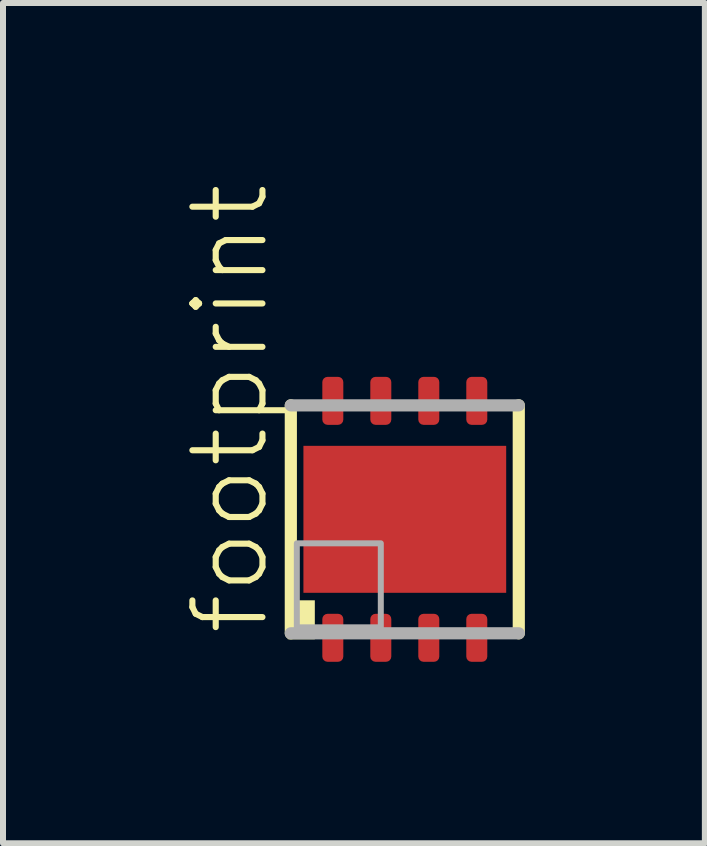
<source format=kicad_pcb>
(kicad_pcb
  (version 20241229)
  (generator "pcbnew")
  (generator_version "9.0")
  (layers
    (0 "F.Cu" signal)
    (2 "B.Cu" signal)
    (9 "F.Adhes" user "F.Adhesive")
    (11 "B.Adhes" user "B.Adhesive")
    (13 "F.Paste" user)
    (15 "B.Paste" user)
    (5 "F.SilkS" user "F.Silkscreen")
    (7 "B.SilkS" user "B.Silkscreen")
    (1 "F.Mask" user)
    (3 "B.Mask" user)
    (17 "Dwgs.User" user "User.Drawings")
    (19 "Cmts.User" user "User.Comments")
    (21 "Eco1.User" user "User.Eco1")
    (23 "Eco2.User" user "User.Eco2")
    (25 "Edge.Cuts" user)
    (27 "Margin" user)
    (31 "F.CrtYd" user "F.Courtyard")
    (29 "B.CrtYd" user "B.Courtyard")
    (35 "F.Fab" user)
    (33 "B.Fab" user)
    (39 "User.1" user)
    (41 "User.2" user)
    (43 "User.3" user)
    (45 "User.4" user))
  (footprint "footprint"
    (layer "F.Cu")
    (at 3.698 5.607)
    (property "Reference" "footprint" (at -2.225 1.975 90) (layer "F.SilkS") (effects (font (size 1.168 1.168) (thickness 0.102)) (justify left bottom)))
    (fp_poly (pts (xy -1.725 1.275) (xy 1.725 1.275) (xy 1.725 -1.275) (xy -1.725 -1.275)) (stroke (width 0) (type solid)) (fill yes) (layer "F.Mask"))
    (fp_poly (pts (xy -1.4 2.4) (xy -1 2.4) (xy -1 1.55) (xy -1.4 1.55)) (stroke (width 0) (type solid)) (fill yes) (layer "F.Mask"))
    (fp_poly (pts (xy -1 -2.4) (xy -1.4 -2.4) (xy -1.4 -1.55) (xy -1 -1.55)) (stroke (width 0) (type solid)) (fill yes) (layer "F.Mask"))
    (fp_poly (pts (xy -0.6 2.4) (xy -0.2 2.4) (xy -0.2 1.55) (xy -0.6 1.55)) (stroke (width 0) (type solid)) (fill yes) (layer "F.Mask"))
    (fp_poly (pts (xy -0.2 -2.4) (xy -0.6 -2.4) (xy -0.6 -1.55) (xy -0.2 -1.55)) (stroke (width 0) (type solid)) (fill yes) (layer "F.Mask"))
    (fp_poly (pts (xy 0.2 2.4) (xy 0.6 2.4) (xy 0.6 1.55) (xy 0.2 1.55)) (stroke (width 0) (type solid)) (fill yes) (layer "F.Mask"))
    (fp_poly (pts (xy 0.6 -2.4) (xy 0.2 -2.4) (xy 0.2 -1.55) (xy 0.6 -1.55)) (stroke (width 0) (type solid)) (fill yes) (layer "F.Mask"))
    (fp_poly (pts (xy 1 2.4) (xy 1.4 2.4) (xy 1.4 1.55) (xy 1 1.55)) (stroke (width 0) (type solid)) (fill yes) (layer "F.Mask"))
    (fp_poly (pts (xy 1.4 -2.4) (xy 1 -2.4) (xy 1 -1.55) (xy 1.4 -1.55)) (stroke (width 0) (type solid)) (fill yes) (layer "F.Mask"))
    (fp_line (start -1.9 1.9) (end -1.9 -1.9) (stroke (width 0.203) (type solid)) (layer "F.SilkS"))
    (fp_line (start 1.9 -1.9) (end 1.9 1.9) (stroke (width 0.203) (type solid)) (layer "F.SilkS"))
    (fp_poly (pts (xy -1.95 2) (xy -1.5 2) (xy -1.5 1.35) (xy -1.95 1.35)) (stroke (width 0) (type solid)) (fill yes) (layer "F.SilkS"))
    (fp_poly (pts (xy -1.65 -0.15) (xy -0.15 -0.15) (xy -0.15 -1.15) (xy -1.65 -1.15)) (stroke (width 0) (type solid)) (fill yes) (layer "F.Paste"))
    (fp_poly (pts (xy -1.35 2.325) (xy -1.05 2.325) (xy -1.05 1.625) (xy -1.35 1.625)) (stroke (width 0) (type solid)) (fill yes) (layer "F.Paste"))
    (fp_poly (pts (xy -1.05 -2.325) (xy -1.35 -2.325) (xy -1.35 -1.625) (xy -1.05 -1.625)) (stroke (width 0) (type solid)) (fill yes) (layer "F.Paste"))
    (fp_poly (pts (xy -0.55 2.325) (xy -0.25 2.325) (xy -0.25 1.625) (xy -0.55 1.625)) (stroke (width 0) (type solid)) (fill yes) (layer "F.Paste"))
    (fp_poly (pts (xy -0.25 -2.325) (xy -0.55 -2.325) (xy -0.55 -1.625) (xy -0.25 -1.625)) (stroke (width 0) (type solid)) (fill yes) (layer "F.Paste"))
    (fp_poly (pts (xy -0.15 0.15) (xy -1.65 0.15) (xy -1.65 1.15) (xy -0.15 1.15)) (stroke (width 0) (type solid)) (fill yes) (layer "F.Paste"))
    (fp_poly (pts (xy 0.15 -0.15) (xy 1.65 -0.15) (xy 1.65 -1.15) (xy 0.15 -1.15)) (stroke (width 0) (type solid)) (fill yes) (layer "F.Paste"))
    (fp_poly (pts (xy 0.25 2.325) (xy 0.55 2.325) (xy 0.55 1.625) (xy 0.25 1.625)) (stroke (width 0) (type solid)) (fill yes) (layer "F.Paste"))
    (fp_poly (pts (xy 0.55 -2.325) (xy 0.25 -2.325) (xy 0.25 -1.625) (xy 0.55 -1.625)) (stroke (width 0) (type solid)) (fill yes) (layer "F.Paste"))
    (fp_poly (pts (xy 1.05 2.325) (xy 1.35 2.325) (xy 1.35 1.625) (xy 1.05 1.625)) (stroke (width 0) (type solid)) (fill yes) (layer "F.Paste"))
    (fp_poly (pts (xy 1.35 -2.325) (xy 1.05 -2.325) (xy 1.05 -1.625) (xy 1.35 -1.625)) (stroke (width 0) (type solid)) (fill yes) (layer "F.Paste"))
    (fp_poly (pts (xy 1.65 0.15) (xy 0.15 0.15) (xy 0.15 1.15) (xy 1.65 1.15)) (stroke (width 0) (type solid)) (fill yes) (layer "F.Paste"))
    (fp_line (start -1.9 -1.9) (end 1.9 -1.9) (stroke (width 0.203) (type solid)) (layer "F.Fab"))
    (fp_line (start 1.9 1.9) (end -1.9 1.9) (stroke (width 0.203) (type solid)) (layer "F.Fab"))
    (fp_poly (pts (xy -1.8 1.8) (xy -0.4 1.8) (xy -0.4 0.4) (xy -1.8 0.4)) (stroke (width 0.1) (type solid)) (fill no) (layer "F.Fab"))
    (pad "1" smd roundrect (at -1.2 1.975) (size 0.35 0.8) (layers "F.Cu") (roundrect_rratio 0.25))
    (pad "2" smd roundrect (at -0.4 1.975) (size 0.35 0.8) (layers "F.Cu") (roundrect_rratio 0.25))
    (pad "3" smd roundrect (at 0.4 1.975) (size 0.35 0.8) (layers "F.Cu") (roundrect_rratio 0.25))
    (pad "4" smd roundrect (at 1.2 1.975) (size 0.35 0.8) (layers "F.Cu") (roundrect_rratio 0.25))
    (pad "5" smd roundrect (at 1.2 -1.975 180) (size 0.35 0.8) (layers "F.Cu") (roundrect_rratio 0.25))
    (pad "6" smd roundrect (at 0.4 -1.975 180) (size 0.35 0.8) (layers "F.Cu") (roundrect_rratio 0.25))
    (pad "7" smd roundrect (at -0.4 -1.975 180) (size 0.35 0.8) (layers "F.Cu") (roundrect_rratio 0.25))
    (pad "8" smd roundrect (at -1.2 -1.975 180) (size 0.35 0.8) (layers "F.Cu") (roundrect_rratio 0.25))
    (pad "TH" smd rect (at 0 0) (size 3.38 2.45) (layers "F.Cu")))
  (gr_rect
    (start -3 -3)
    (end 8.7 11.007)
    (stroke (width 0.1) (type default))
    (fill no)
    (layer "Edge.Cuts")))
</source>
